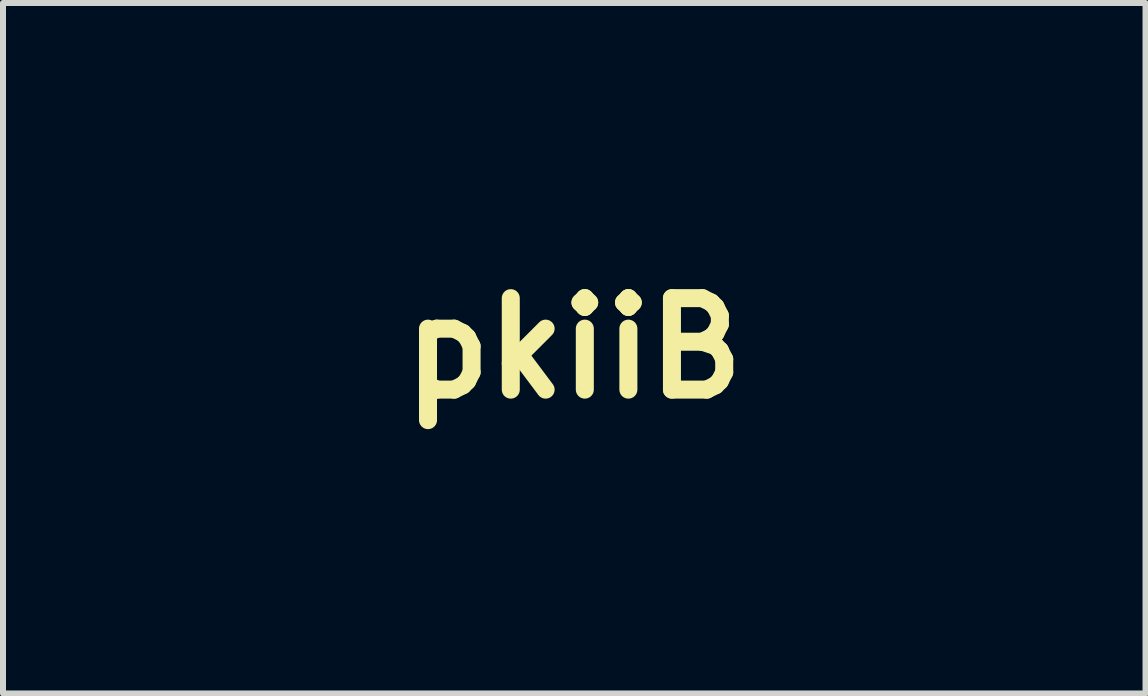
<source format=kicad_pcb>
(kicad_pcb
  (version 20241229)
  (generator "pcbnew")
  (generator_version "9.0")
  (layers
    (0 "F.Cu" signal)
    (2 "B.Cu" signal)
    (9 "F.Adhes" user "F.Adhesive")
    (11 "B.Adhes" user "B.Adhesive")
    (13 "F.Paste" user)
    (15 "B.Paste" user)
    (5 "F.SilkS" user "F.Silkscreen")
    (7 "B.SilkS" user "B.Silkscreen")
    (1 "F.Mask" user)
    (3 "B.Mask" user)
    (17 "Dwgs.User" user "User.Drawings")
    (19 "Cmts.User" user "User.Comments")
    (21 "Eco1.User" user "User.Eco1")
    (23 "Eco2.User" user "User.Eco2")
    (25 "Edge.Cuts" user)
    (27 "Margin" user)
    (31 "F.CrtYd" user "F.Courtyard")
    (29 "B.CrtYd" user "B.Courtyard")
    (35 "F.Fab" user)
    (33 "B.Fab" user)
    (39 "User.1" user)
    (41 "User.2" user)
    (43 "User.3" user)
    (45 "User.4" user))
  (footprint "pkiiB"
    (layer "F.Cu")
    (at 6.512 2.752)
    (property "Reference" "pkiiB" (at 0 0 0) (layer "F.SilkS") (effects (font (size 1.524 1.524) (thickness 0.3))))
    (attr through_hole)
    (fp_poly (pts (xy 5.872 -2.511) (xy 5.937 -2.486) (xy 6 -2.462) (xy 6.061 -2.439) (xy 6.119 -2.417) (xy 6.174 -2.396) (xy 6.227 -2.376) (xy 6.276 -2.358) (xy 6.321 -2.341) (xy 6.362 -2.325) (xy 6.399 -2.311) (xy 6.43 -2.299) (xy 6.457 -2.289) (xy 6.478 -2.281) (xy 6.493 -2.276) (xy 6.502 -2.272) (xy 6.504 -2.271) (xy 6.501 -2.271) (xy 6.49 -2.271) (xy 6.473 -2.271) (xy 6.448 -2.271) (xy 6.417 -2.271) (xy 6.379 -2.271) (xy 6.335 -2.271) (xy 6.284 -2.27) (xy 6.227 -2.27) (xy 6.164 -2.27) (xy 6.095 -2.27) (xy 6.019 -2.27) (xy 5.938 -2.27) (xy 5.852 -2.27) (xy 5.759 -2.27) (xy 5.662 -2.27) (xy 5.558 -2.27) (xy 5.45 -2.27) (xy 5.337 -2.27) (xy 5.218 -2.269) (xy 5.095 -2.269) (xy 4.967 -2.269) (xy 4.835 -2.269) (xy 4.698 -2.269) (xy 4.556 -2.269) (xy 4.41 -2.269) (xy 4.261 -2.269) (xy 4.107 -2.269) (xy 3.949 -2.269) (xy 3.788 -2.269) (xy 3.623 -2.269) (xy 3.454 -2.269) (xy 3.282 -2.269) (xy 3.107 -2.269) (xy 2.928 -2.269) (xy 2.746 -2.269) (xy 2.562 -2.268) (xy 2.375 -2.268) (xy 2.185 -2.268) (xy 1.992 -2.268) (xy 1.797 -2.268) (xy 1.6 -2.268) (xy 1.401 -2.268) (xy 1.199 -2.268) (xy 0.995 -2.268) (xy 0.79 -2.268) (xy 0.617 -2.268) (xy -5.278 -2.268) (xy -6.507 -2.745) (xy -0.63 -2.746) (xy 5.247 -2.747) (xy 5.872 -2.511)) (stroke (width 0.01) (type solid)) (fill yes) (layer "F.Mask"))
    (fp_poly (pts (xy 5.006 -1.883) (xy 5.049 -1.878) (xy 5.087 -1.869) (xy 5.121 -1.857) (xy 5.151 -1.841) (xy 5.174 -1.826) (xy 5.201 -1.801) (xy 5.223 -1.773) (xy 5.24 -1.74) (xy 5.25 -1.703) (xy 5.256 -1.661) (xy 5.257 -1.656) (xy 5.259 -1.62) (xy 4.712 0.421) (xy 4.672 0.57) (xy 4.634 0.713) (xy 4.597 0.849) (xy 4.562 0.978) (xy 4.53 1.101) (xy 4.498 1.217) (xy 4.469 1.327) (xy 4.441 1.432) (xy 4.414 1.53) (xy 4.389 1.622) (xy 4.366 1.709) (xy 4.344 1.791) (xy 4.323 1.867) (xy 4.304 1.938) (xy 4.286 2.004) (xy 4.27 2.065) (xy 4.255 2.121) (xy 4.241 2.173) (xy 4.228 2.22) (xy 4.216 2.263) (xy 4.206 2.301) (xy 4.196 2.336) (xy 4.188 2.366) (xy 4.18 2.393) (xy 4.174 2.416) (xy 4.168 2.436) (xy 4.163 2.452) (xy 4.16 2.465) (xy 4.157 2.475) (xy 4.154 2.482) (xy 4.153 2.486) (xy 4.152 2.487) (xy 4.13 2.527) (xy 4.103 2.563) (xy 4.073 2.597) (xy 4.035 2.631) (xy 3.994 2.66) (xy 3.949 2.683) (xy 3.9 2.701) (xy 3.847 2.715) (xy 3.789 2.723) (xy 3.727 2.727) (xy 3.705 2.727) (xy 3.684 2.727) (xy 3.667 2.727) (xy 3.653 2.727) (xy 3.649 2.727) (xy 3.593 2.721) (xy 3.544 2.712) (xy 3.501 2.701) (xy 3.464 2.687) (xy 3.431 2.67) (xy 3.402 2.649) (xy 3.387 2.635) (xy 3.363 2.607) (xy 3.345 2.578) (xy 3.332 2.545) (xy 3.323 2.507) (xy 3.322 2.5) (xy 3.317 2.469) (xy 3.863 0.43) (xy 3.905 0.271) (xy 3.946 0.12) (xy 3.985 -0.025) (xy 4.022 -0.163) (xy 4.057 -0.294) (xy 4.09 -0.419) (xy 4.122 -0.537) (xy 4.152 -0.649) (xy 4.18 -0.754) (xy 4.207 -0.853) (xy 4.232 -0.945) (xy 4.255 -1.031) (xy 4.277 -1.112) (xy 4.297 -1.186) (xy 4.315 -1.254) (xy 4.332 -1.316) (xy 4.347 -1.373) (xy 4.361 -1.423) (xy 4.374 -1.468) (xy 4.384 -1.508) (xy 4.394 -1.542) (xy 4.402 -1.57) (xy 4.408 -1.593) (xy 4.413 -1.611) (xy 4.417 -1.624) (xy 4.419 -1.631) (xy 4.42 -1.633) (xy 4.444 -1.675) (xy 4.474 -1.715) (xy 4.51 -1.752) (xy 4.55 -1.785) (xy 4.593 -1.813) (xy 4.624 -1.829) (xy 4.673 -1.849) (xy 4.726 -1.864) (xy 4.782 -1.875) (xy 4.843 -1.883) (xy 4.904 -1.886) (xy 4.958 -1.886) (xy 5.006 -1.883)) (stroke (width 0.01) (type solid)) (fill yes) (layer "F.Mask"))
    (fp_poly (pts (xy 6.225 -1.886) (xy 6.253 -1.885) (xy 6.272 -1.883) (xy 6.322 -1.874) (xy 6.367 -1.861) (xy 6.405 -1.844) (xy 6.438 -1.822) (xy 6.465 -1.796) (xy 6.486 -1.765) (xy 6.502 -1.731) (xy 6.512 -1.691) (xy 6.516 -1.656) (xy 6.518 -1.62) (xy 5.971 0.421) (xy 5.933 0.564) (xy 5.896 0.7) (xy 5.861 0.83) (xy 5.828 0.953) (xy 5.797 1.07) (xy 5.767 1.181) (xy 5.739 1.285) (xy 5.713 1.384) (xy 5.688 1.478) (xy 5.664 1.565) (xy 5.642 1.648) (xy 5.621 1.725) (xy 5.602 1.797) (xy 5.584 1.865) (xy 5.567 1.928) (xy 5.551 1.986) (xy 5.536 2.04) (xy 5.523 2.091) (xy 5.51 2.137) (xy 5.499 2.179) (xy 5.488 2.218) (xy 5.479 2.253) (xy 5.47 2.285) (xy 5.462 2.314) (xy 5.455 2.34) (xy 5.448 2.363) (xy 5.442 2.384) (xy 5.437 2.402) (xy 5.432 2.418) (xy 5.428 2.432) (xy 5.425 2.444) (xy 5.422 2.454) (xy 5.419 2.463) (xy 5.417 2.47) (xy 5.414 2.477) (xy 5.413 2.482) (xy 5.411 2.486) (xy 5.41 2.489) (xy 5.408 2.492) (xy 5.407 2.495) (xy 5.407 2.495) (xy 5.378 2.543) (xy 5.344 2.585) (xy 5.306 2.622) (xy 5.263 2.653) (xy 5.215 2.679) (xy 5.162 2.7) (xy 5.105 2.715) (xy 5.087 2.718) (xy 5.066 2.721) (xy 5.041 2.723) (xy 5.012 2.725) (xy 4.982 2.727) (xy 4.953 2.727) (xy 4.927 2.727) (xy 4.908 2.727) (xy 4.863 2.722) (xy 4.825 2.717) (xy 4.79 2.709) (xy 4.758 2.7) (xy 4.736 2.693) (xy 4.697 2.674) (xy 4.662 2.65) (xy 4.634 2.622) (xy 4.611 2.59) (xy 4.594 2.553) (xy 4.582 2.512) (xy 4.58 2.494) (xy 4.576 2.467) (xy 5.122 0.429) (xy 5.161 0.284) (xy 5.197 0.147) (xy 5.232 0.016) (xy 5.266 -0.108) (xy 5.297 -0.226) (xy 5.327 -0.338) (xy 5.356 -0.444) (xy 5.382 -0.544) (xy 5.408 -0.638) (xy 5.431 -0.727) (xy 5.454 -0.811) (xy 5.475 -0.889) (xy 5.495 -0.963) (xy 5.513 -1.031) (xy 5.53 -1.095) (xy 5.547 -1.155) (xy 5.562 -1.21) (xy 5.575 -1.261) (xy 5.588 -1.308) (xy 5.6 -1.352) (xy 5.611 -1.391) (xy 5.621 -1.427) (xy 5.63 -1.46) (xy 5.639 -1.49) (xy 5.647 -1.517) (xy 5.654 -1.541) (xy 5.66 -1.563) (xy 5.666 -1.582) (xy 5.671 -1.599) (xy 5.676 -1.613) (xy 5.68 -1.626) (xy 5.684 -1.637) (xy 5.687 -1.646) (xy 5.69 -1.654) (xy 5.693 -1.661) (xy 5.696 -1.667) (xy 5.698 -1.671) (xy 5.701 -1.675) (xy 5.703 -1.679) (xy 5.705 -1.682) (xy 5.708 -1.685) (xy 5.71 -1.687) (xy 5.712 -1.69) (xy 5.715 -1.693) (xy 5.718 -1.696) (xy 5.719 -1.699) (xy 5.755 -1.739) (xy 5.795 -1.775) (xy 5.841 -1.806) (xy 5.892 -1.832) (xy 5.949 -1.854) (xy 6.011 -1.87) (xy 6.042 -1.876) (xy 6.066 -1.879) (xy 6.095 -1.882) (xy 6.128 -1.885) (xy 6.161 -1.886) (xy 6.194 -1.887) (xy 6.225 -1.886)) (stroke (width 0.01) (type solid)) (fill yes) (layer "F.Mask"))
    (fp_poly (pts (xy 3.803 -1.844) (xy 3.836 -1.826) (xy 3.866 -1.802) (xy 3.89 -1.776) (xy 3.909 -1.746) (xy 3.91 -1.745) (xy 3.924 -1.711) (xy 3.933 -1.671) (xy 3.937 -1.627) (xy 3.937 -1.579) (xy 3.932 -1.527) (xy 3.923 -1.472) (xy 3.909 -1.414) (xy 3.903 -1.392) (xy 3.883 -1.334) (xy 3.863 -1.283) (xy 3.84 -1.237) (xy 3.815 -1.197) (xy 3.788 -1.161) (xy 3.771 -1.143) (xy 3.739 -1.113) (xy 3.707 -1.089) (xy 3.671 -1.071) (xy 3.633 -1.057) (xy 3.627 -1.056) (xy 3.622 -1.054) (xy 3.616 -1.053) (xy 3.611 -1.052) (xy 3.605 -1.051) (xy 3.597 -1.051) (xy 3.587 -1.05) (xy 3.575 -1.05) (xy 3.56 -1.049) (xy 3.542 -1.049) (xy 3.52 -1.049) (xy 3.494 -1.049) (xy 3.462 -1.049) (xy 3.426 -1.05) (xy 3.383 -1.05) (xy 3.334 -1.05) (xy 3.289 -1.051) (xy 2.981 -1.053) (xy 2.206 -0.615) (xy 2.137 -0.576) (xy 2.069 -0.537) (xy 2.003 -0.5) (xy 1.939 -0.464) (xy 1.877 -0.429) (xy 1.819 -0.396) (xy 1.763 -0.364) (xy 1.711 -0.334) (xy 1.662 -0.307) (xy 1.617 -0.281) (xy 1.576 -0.258) (xy 1.539 -0.237) (xy 1.507 -0.219) (xy 1.48 -0.203) (xy 1.459 -0.191) (xy 1.442 -0.181) (xy 1.431 -0.175) (xy 1.427 -0.172) (xy 1.427 -0.172) (xy 1.426 -0.171) (xy 1.427 -0.168) (xy 1.429 -0.162) (xy 1.431 -0.154) (xy 1.435 -0.144) (xy 1.44 -0.131) (xy 1.446 -0.115) (xy 1.453 -0.095) (xy 1.461 -0.073) (xy 1.472 -0.046) (xy 1.483 -0.016) (xy 1.496 0.018) (xy 1.511 0.056) (xy 1.528 0.098) (xy 1.546 0.145) (xy 1.566 0.197) (xy 1.589 0.254) (xy 1.613 0.316) (xy 1.639 0.383) (xy 1.668 0.456) (xy 1.699 0.535) (xy 1.732 0.62) (xy 1.768 0.711) (xy 1.807 0.808) (xy 1.84 0.892) (xy 2.258 1.952) (xy 2.64 1.952) (xy 2.667 1.968) (xy 2.705 1.994) (xy 2.736 2.022) (xy 2.762 2.055) (xy 2.781 2.088) (xy 2.792 2.113) (xy 2.8 2.138) (xy 2.805 2.163) (xy 2.808 2.19) (xy 2.808 2.223) (xy 2.807 2.235) (xy 2.806 2.265) (xy 2.803 2.292) (xy 2.798 2.318) (xy 2.792 2.345) (xy 2.783 2.375) (xy 2.776 2.396) (xy 2.753 2.457) (xy 2.725 2.512) (xy 2.694 2.562) (xy 2.66 2.605) (xy 2.647 2.618) (xy 2.609 2.652) (xy 2.57 2.679) (xy 2.527 2.701) (xy 2.48 2.717) (xy 2.48 2.717) (xy 2.444 2.727) (xy 1.7 2.727) (xy 1.203 1.494) (xy 1.166 1.403) (xy 1.13 1.314) (xy 1.095 1.227) (xy 1.061 1.142) (xy 1.028 1.059) (xy 0.995 0.98) (xy 0.964 0.903) (xy 0.934 0.829) (xy 0.906 0.758) (xy 0.879 0.692) (xy 0.853 0.629) (xy 0.829 0.57) (xy 0.807 0.515) (xy 0.787 0.465) (xy 0.769 0.42) (xy 0.752 0.379) (xy 0.738 0.344) (xy 0.726 0.315) (xy 0.716 0.291) (xy 0.709 0.273) (xy 0.704 0.261) (xy 0.702 0.256) (xy 0.702 0.256) (xy 0.7 0.256) (xy 0.695 0.258) (xy 0.687 0.261) (xy 0.676 0.267) (xy 0.661 0.274) (xy 0.642 0.284) (xy 0.619 0.296) (xy 0.591 0.311) (xy 0.559 0.329) (xy 0.521 0.349) (xy 0.478 0.372) (xy 0.43 0.398) (xy 0.376 0.428) (xy 0.316 0.461) (xy 0.316 0.461) (xy 0.258 0.493) (xy 0.207 0.521) (xy 0.161 0.546) (xy 0.12 0.569) (xy 0.085 0.588) (xy 0.054 0.605) (xy 0.028 0.62) (xy 0.005 0.633) (xy -0.014 0.643) (xy -0.029 0.652) (xy -0.041 0.66) (xy -0.051 0.666) (xy -0.058 0.671) (xy -0.064 0.674) (xy -0.067 0.678) (xy -0.07 0.68) (xy -0.071 0.682) (xy -0.072 0.683) (xy -0.073 0.688) (xy -0.076 0.699) (xy -0.081 0.716) (xy -0.088 0.74) (xy -0.096 0.77) (xy -0.105 0.805) (xy -0.117 0.845) (xy -0.129 0.89) (xy -0.143 0.94) (xy -0.158 0.994) (xy -0.174 1.052) (xy -0.191 1.114) (xy -0.208 1.179) (xy -0.227 1.247) (xy -0.247 1.319) (xy -0.267 1.392) (xy -0.288 1.468) (xy -0.309 1.546) (xy -0.321 1.589) (xy -0.343 1.668) (xy -0.364 1.745) (xy -0.384 1.821) (xy -0.405 1.893) (xy -0.424 1.964) (xy -0.443 2.031) (xy -0.46 2.095) (xy -0.477 2.156) (xy -0.493 2.213) (xy -0.507 2.265) (xy -0.521 2.313) (xy -0.533 2.357) (xy -0.544 2.395) (xy -0.553 2.429) (xy -0.561 2.456) (xy -0.567 2.478) (xy -0.572 2.493) (xy -0.575 2.502) (xy -0.575 2.504) (xy -0.588 2.528) (xy -0.605 2.554) (xy -0.624 2.581) (xy -0.644 2.606) (xy -0.664 2.628) (xy -0.704 2.663) (xy -0.748 2.692) (xy -0.795 2.715) (xy -0.846 2.732) (xy -0.901 2.743) (xy -0.903 2.743) (xy -0.921 2.745) (xy -0.944 2.746) (xy -0.968 2.746) (xy -0.993 2.746) (xy -1.015 2.745) (xy -1.031 2.744) (xy -1.049 2.741) (xy -1.071 2.736) (xy -1.093 2.73) (xy -1.113 2.723) (xy -1.127 2.717) (xy -1.159 2.698) (xy -1.185 2.675) (xy -1.206 2.649) (xy -1.222 2.617) (xy -1.232 2.582) (xy -1.238 2.541) (xy -1.239 2.513) (xy -1.239 2.466) (xy -0.693 0.43) (xy -0.148 -1.606) (xy -0.124 -1.641) (xy -0.091 -1.686) (xy -0.055 -1.725) (xy -0.015 -1.757) (xy 0.029 -1.784) (xy 0.078 -1.805) (xy 0.131 -1.821) (xy 0.153 -1.826) (xy 0.177 -1.829) (xy 0.205 -1.832) (xy 0.235 -1.834) (xy 0.266 -1.835) (xy 0.296 -1.834) (xy 0.323 -1.833) (xy 0.345 -1.83) (xy 0.357 -1.827) (xy 0.397 -1.814) (xy 0.432 -1.795) (xy 0.462 -1.77) (xy 0.487 -1.741) (xy 0.507 -1.706) (xy 0.522 -1.666) (xy 0.525 -1.656) (xy 0.528 -1.64) (xy 0.531 -1.625) (xy 0.533 -1.614) (xy 0.533 -1.61) (xy 0.532 -1.606) (xy 0.53 -1.594) (xy 0.525 -1.577) (xy 0.52 -1.553) (xy 0.512 -1.524) (xy 0.503 -1.49) (xy 0.493 -1.45) (xy 0.482 -1.406) (xy 0.469 -1.358) (xy 0.456 -1.306) (xy 0.441 -1.25) (xy 0.426 -1.191) (xy 0.409 -1.129) (xy 0.393 -1.065) (xy 0.375 -0.999) (xy 0.357 -0.93) (xy 0.355 -0.924) (xy 0.337 -0.856) (xy 0.32 -0.79) (xy 0.303 -0.725) (xy 0.287 -0.664) (xy 0.271 -0.605) (xy 0.257 -0.55) (xy 0.243 -0.498) (xy 0.231 -0.45) (xy 0.219 -0.406) (xy 0.209 -0.367) (xy 0.2 -0.333) (xy 0.193 -0.304) (xy 0.187 -0.281) (xy 0.182 -0.264) (xy 0.18 -0.253) (xy 0.179 -0.249) (xy 0.179 -0.248) (xy 0.182 -0.25) (xy 0.191 -0.255) (xy 0.206 -0.264) (xy 0.227 -0.276) (xy 0.254 -0.29) (xy 0.286 -0.308) (xy 0.322 -0.329) (xy 0.364 -0.353) (xy 0.411 -0.379) (xy 0.462 -0.408) (xy 0.517 -0.439) (xy 0.577 -0.472) (xy 0.64 -0.508) (xy 0.707 -0.546) (xy 0.778 -0.586) (xy 0.852 -0.627) (xy 0.929 -0.671) (xy 1.009 -0.716) (xy 1.092 -0.763) (xy 1.177 -0.811) (xy 1.265 -0.86) (xy 1.354 -0.911) (xy 1.446 -0.963) (xy 1.539 -1.015) (xy 1.597 -1.048) (xy 3.014 -1.848) (xy 3.397 -1.851) (xy 3.779 -1.855) (xy 3.803 -1.844)) (stroke (width 0.01) (type solid)) (fill yes) (layer "F.Mask"))
    (fp_poly (pts (xy -2.417 -1.843) (xy -2.329 -1.843) (xy -2.247 -1.843) (xy -2.171 -1.843) (xy -2.101 -1.843) (xy -2.036 -1.843) (xy -1.977 -1.843) (xy -1.922 -1.843) (xy -1.872 -1.843) (xy -1.826 -1.843) (xy -1.784 -1.842) (xy -1.747 -1.842) (xy -1.713 -1.842) (xy -1.683 -1.841) (xy -1.656 -1.841) (xy -1.632 -1.84) (xy -1.611 -1.84) (xy -1.592 -1.839) (xy -1.576 -1.839) (xy -1.562 -1.838) (xy -1.549 -1.837) (xy -1.539 -1.836) (xy -1.529 -1.835) (xy -1.521 -1.834) (xy -1.514 -1.833) (xy -1.508 -1.832) (xy -1.502 -1.83) (xy -1.496 -1.829) (xy -1.49 -1.827) (xy -1.484 -1.826) (xy -1.477 -1.824) (xy -1.475 -1.823) (xy -1.455 -1.818) (xy -1.432 -1.81) (xy -1.412 -1.803) (xy -1.407 -1.802) (xy -1.387 -1.794) (xy -1.369 -1.79) (xy -1.358 -1.789) (xy -1.349 -1.788) (xy -1.339 -1.785) (xy -1.326 -1.78) (xy -1.31 -1.772) (xy -1.303 -1.768) (xy -1.231 -1.726) (xy -1.164 -1.679) (xy -1.103 -1.628) (xy -1.048 -1.572) (xy -0.998 -1.511) (xy -0.954 -1.446) (xy -0.915 -1.377) (xy -0.886 -1.311) (xy -0.862 -1.243) (xy -0.842 -1.17) (xy -0.826 -1.093) (xy -0.815 -1.014) (xy -0.813 -0.987) (xy -0.811 -0.958) (xy -0.81 -0.924) (xy -0.809 -0.885) (xy -0.809 -0.845) (xy -0.81 -0.804) (xy -0.811 -0.765) (xy -0.813 -0.729) (xy -0.815 -0.699) (xy -0.821 -0.633) (xy -0.876 -0.425) (xy -0.887 -0.385) (xy -0.897 -0.346) (xy -0.907 -0.308) (xy -0.916 -0.273) (xy -0.924 -0.241) (xy -0.931 -0.212) (xy -0.937 -0.189) (xy -0.941 -0.17) (xy -0.943 -0.161) (xy -0.96 -0.089) (xy -0.98 -0.014) (xy -1.002 0.058) (xy -1.043 0.17) (xy -1.089 0.278) (xy -1.141 0.382) (xy -1.2 0.482) (xy -1.264 0.579) (xy -1.335 0.672) (xy -1.412 0.761) (xy -1.495 0.846) (xy -1.584 0.928) (xy -1.68 1.007) (xy -1.782 1.081) (xy -1.89 1.153) (xy -1.976 1.204) (xy -1.995 1.215) (xy -2.01 1.224) (xy -2.024 1.231) (xy -2.038 1.237) (xy -2.053 1.243) (xy -2.071 1.249) (xy -2.093 1.257) (xy -2.118 1.265) (xy -2.143 1.273) (xy -2.165 1.28) (xy -2.185 1.287) (xy -2.2 1.292) (xy -2.211 1.296) (xy -2.215 1.298) (xy -2.222 1.301) (xy -2.234 1.305) (xy -2.252 1.31) (xy -2.272 1.316) (xy -2.293 1.322) (xy -2.36 1.341) (xy -3.536 1.343) (xy -4.712 1.344) (xy -4.842 1.832) (xy -4.865 1.916) (xy -4.886 1.993) (xy -4.905 2.064) (xy -4.922 2.127) (xy -4.938 2.184) (xy -4.952 2.235) (xy -4.964 2.279) (xy -4.975 2.318) (xy -4.985 2.35) (xy -4.993 2.377) (xy -4.999 2.397) (xy -5.002 2.406) (xy -5.03 2.491) (xy -5.061 2.526) (xy -5.083 2.55) (xy -5.107 2.576) (xy -5.133 2.602) (xy -5.159 2.625) (xy -5.182 2.645) (xy -5.188 2.65) (xy -5.23 2.681) (xy -5.274 2.706) (xy -5.317 2.725) (xy -5.36 2.738) (xy -5.401 2.744) (xy -5.441 2.744) (xy -5.452 2.743) (xy -5.491 2.734) (xy -5.53 2.717) (xy -5.571 2.694) (xy -5.575 2.692) (xy -5.589 2.681) (xy -5.605 2.666) (xy -5.624 2.649) (xy -5.642 2.631) (xy -5.659 2.612) (xy -5.673 2.596) (xy -5.678 2.59) (xy -5.685 2.58) (xy -5.69 2.571) (xy -5.694 2.561) (xy -5.697 2.548) (xy -5.7 2.531) (xy -5.707 2.492) (xy -5.201 0.603) (xy -5.187 0.551) (xy -4.499 0.551) (xy -4.498 0.551) (xy -4.494 0.552) (xy -4.487 0.552) (xy -4.477 0.552) (xy -4.464 0.553) (xy -4.448 0.553) (xy -4.428 0.553) (xy -4.404 0.553) (xy -4.375 0.554) (xy -4.343 0.554) (xy -4.306 0.554) (xy -4.264 0.554) (xy -4.217 0.554) (xy -4.166 0.555) (xy -4.108 0.555) (xy -4.046 0.555) (xy -3.977 0.555) (xy -3.903 0.555) (xy -3.822 0.555) (xy -3.735 0.555) (xy -3.641 0.555) (xy -3.541 0.555) (xy -3.433 0.555) (xy -3.406 0.555) (xy -3.3 0.555) (xy -3.2 0.555) (xy -3.107 0.555) (xy -3.02 0.555) (xy -2.94 0.555) (xy -2.866 0.555) (xy -2.798 0.555) (xy -2.735 0.555) (xy -2.678 0.555) (xy -2.626 0.555) (xy -2.579 0.555) (xy -2.536 0.554) (xy -2.498 0.554) (xy -2.464 0.554) (xy -2.434 0.554) (xy -2.407 0.554) (xy -2.384 0.553) (xy -2.365 0.553) (xy -2.348 0.553) (xy -2.334 0.552) (xy -2.323 0.552) (xy -2.313 0.552) (xy -2.306 0.551) (xy -2.301 0.551) (xy -2.297 0.55) (xy -2.295 0.55) (xy -2.295 0.55) (xy -2.281 0.547) (xy -2.265 0.545) (xy -2.251 0.544) (xy -2.222 0.541) (xy -2.189 0.532) (xy -2.151 0.517) (xy -2.11 0.497) (xy -2.066 0.47) (xy -2.045 0.457) (xy -1.979 0.408) (xy -1.917 0.355) (xy -1.862 0.297) (xy -1.811 0.234) (xy -1.766 0.166) (xy -1.726 0.093) (xy -1.691 0.015) (xy -1.664 -0.061) (xy -1.657 -0.081) (xy -1.649 -0.105) (xy -1.64 -0.129) (xy -1.632 -0.148) (xy -1.605 -0.221) (xy -1.582 -0.289) (xy -1.564 -0.355) (xy -1.55 -0.419) (xy -1.544 -0.454) (xy -1.541 -0.477) (xy -1.538 -0.506) (xy -1.537 -0.536) (xy -1.536 -0.567) (xy -1.536 -0.597) (xy -1.536 -0.623) (xy -1.538 -0.644) (xy -1.538 -0.647) (xy -1.549 -0.707) (xy -1.566 -0.763) (xy -1.588 -0.816) (xy -1.617 -0.865) (xy -1.652 -0.91) (xy -1.693 -0.952) (xy -1.741 -0.991) (xy -1.795 -1.028) (xy -1.812 -1.038) (xy -1.834 -1.05) (xy -2.76 -1.053) (xy -2.869 -1.053) (xy -2.972 -1.053) (xy -3.068 -1.054) (xy -3.156 -1.054) (xy -3.238 -1.054) (xy -3.313 -1.055) (xy -3.381 -1.055) (xy -3.443 -1.055) (xy -3.499 -1.056) (xy -3.547 -1.056) (xy -3.59 -1.057) (xy -3.627 -1.057) (xy -3.657 -1.057) (xy -3.681 -1.058) (xy -3.7 -1.058) (xy -3.712 -1.059) (xy -3.719 -1.059) (xy -3.73 -1.06) (xy -3.748 -1.061) (xy -3.771 -1.062) (xy -3.798 -1.063) (xy -3.828 -1.064) (xy -3.861 -1.064) (xy -3.895 -1.065) (xy -3.91 -1.065) (xy -4.066 -1.067) (xy -4.281 -0.261) (xy -4.301 -0.186) (xy -4.321 -0.113) (xy -4.34 -0.042) (xy -4.358 0.026) (xy -4.376 0.092) (xy -4.392 0.154) (xy -4.408 0.213) (xy -4.423 0.269) (xy -4.437 0.32) (xy -4.449 0.367) (xy -4.461 0.409) (xy -4.471 0.447) (xy -4.479 0.479) (xy -4.487 0.506) (xy -4.492 0.526) (xy -4.496 0.541) (xy -4.498 0.549) (xy -4.499 0.551) (xy -5.187 0.551) (xy -5.164 0.464) (xy -5.129 0.333) (xy -5.095 0.208) (xy -5.064 0.089) (xy -5.033 -0.023) (xy -5.005 -0.129) (xy -4.978 -0.23) (xy -4.953 -0.324) (xy -4.929 -0.413) (xy -4.907 -0.496) (xy -4.886 -0.574) (xy -4.866 -0.648) (xy -4.848 -0.716) (xy -4.83 -0.779) (xy -4.814 -0.838) (xy -4.8 -0.893) (xy -4.786 -0.943) (xy -4.773 -0.99) (xy -4.762 -1.032) (xy -4.751 -1.071) (xy -4.741 -1.107) (xy -4.732 -1.139) (xy -4.724 -1.168) (xy -4.716 -1.194) (xy -4.709 -1.218) (xy -4.703 -1.239) (xy -4.698 -1.257) (xy -4.693 -1.273) (xy -4.688 -1.287) (xy -4.684 -1.299) (xy -4.681 -1.31) (xy -4.677 -1.319) (xy -4.674 -1.327) (xy -4.671 -1.333) (xy -4.669 -1.339) (xy -4.666 -1.343) (xy -4.664 -1.347) (xy -4.662 -1.351) (xy -4.66 -1.354) (xy -4.657 -1.357) (xy -4.655 -1.36) (xy -4.652 -1.364) (xy -4.649 -1.368) (xy -4.648 -1.37) (xy -4.639 -1.385) (xy -4.631 -1.4) (xy -4.626 -1.414) (xy -4.625 -1.415) (xy -4.618 -1.431) (xy -4.606 -1.451) (xy -4.587 -1.474) (xy -4.563 -1.502) (xy -4.533 -1.534) (xy -4.511 -1.557) (xy -4.445 -1.617) (xy -4.377 -1.673) (xy -4.305 -1.723) (xy -4.229 -1.769) (xy -4.147 -1.811) (xy -4.111 -1.827) (xy -4.074 -1.843) (xy -2.834 -1.843) (xy -2.719 -1.843) (xy -2.612 -1.843) (xy -2.511 -1.843) (xy -2.417 -1.843)) (stroke (width 0.01) (type solid)) (fill yes) (layer "F.Mask")))
  (gr_rect
    (start -3 -3)
    (end 16.035 8.503)
    (stroke (width 0.1) (type default))
    (fill no)
    (layer "Edge.Cuts")))
</source>
